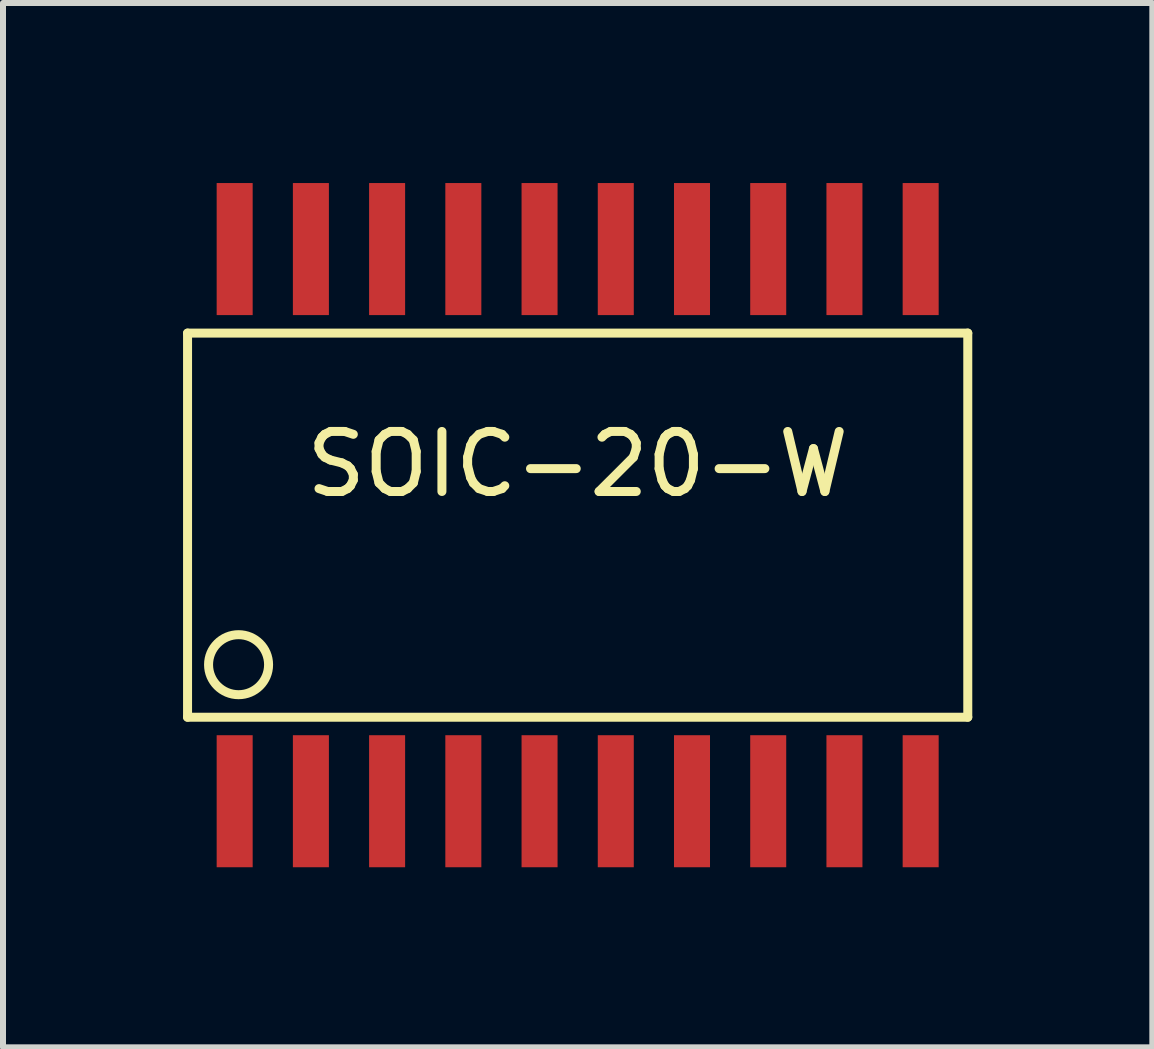
<source format=kicad_pcb>
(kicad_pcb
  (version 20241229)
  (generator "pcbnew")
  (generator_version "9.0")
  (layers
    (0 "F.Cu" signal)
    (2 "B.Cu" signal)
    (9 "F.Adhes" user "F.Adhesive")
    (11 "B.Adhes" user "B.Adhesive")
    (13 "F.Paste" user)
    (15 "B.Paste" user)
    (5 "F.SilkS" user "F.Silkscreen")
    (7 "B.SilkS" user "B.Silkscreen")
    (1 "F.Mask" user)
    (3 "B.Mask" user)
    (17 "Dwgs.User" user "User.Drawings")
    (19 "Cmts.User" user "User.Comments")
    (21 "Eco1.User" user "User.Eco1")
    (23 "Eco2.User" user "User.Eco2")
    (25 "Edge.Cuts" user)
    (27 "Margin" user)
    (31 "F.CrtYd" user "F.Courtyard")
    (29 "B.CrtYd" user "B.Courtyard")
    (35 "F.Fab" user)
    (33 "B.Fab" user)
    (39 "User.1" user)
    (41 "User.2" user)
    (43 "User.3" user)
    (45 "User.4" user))
  (footprint "SOIC-20-W"
    (layer "F.Cu")
    (at 6.575 5.7)
    (property "Reference" "SOIC-20-W" (at 0 -1.016 0) (layer "F.SilkS") (effects (font (size 1 1) (thickness 0.15))))
    (attr smd)
    (fp_line (start -6.5 -3.2) (end -6.5 3.2) (stroke (width 0.15) (type solid)) (layer "F.SilkS"))
    (fp_line (start -6.5 -3.2) (end 6.5 -3.2) (stroke (width 0.15) (type solid)) (layer "F.SilkS"))
    (fp_line (start 6.5 3.2) (end -6.5 3.2) (stroke (width 0.15) (type solid)) (layer "F.SilkS"))
    (fp_line (start 6.5 3.2) (end 6.5 -3.2) (stroke (width 0.15) (type solid)) (layer "F.SilkS"))
    (fp_circle (center -5.65 2.325) (end -5.65 2.825) (stroke (width 0.15) (type solid)) (fill no) (layer "F.SilkS"))
    (pad "1" smd rect (at -5.715 4.6) (size 0.6 2.2) (layers "F.Cu" "F.Mask" "F.Paste"))
    (pad "2" smd rect (at -4.445 4.6) (size 0.6 2.2) (layers "F.Cu" "F.Mask" "F.Paste"))
    (pad "3" smd rect (at -3.175 4.6) (size 0.6 2.2) (layers "F.Cu" "F.Mask" "F.Paste"))
    (pad "4" smd rect (at -1.905 4.6) (size 0.6 2.2) (layers "F.Cu" "F.Mask" "F.Paste"))
    (pad "5" smd rect (at -0.635 4.6) (size 0.6 2.2) (layers "F.Cu" "F.Mask" "F.Paste"))
    (pad "6" smd rect (at 0.635 4.6) (size 0.6 2.2) (layers "F.Cu" "F.Mask" "F.Paste"))
    (pad "7" smd rect (at 1.905 4.6) (size 0.6 2.2) (layers "F.Cu" "F.Mask" "F.Paste"))
    (pad "8" smd rect (at 3.175 4.6) (size 0.6 2.2) (layers "F.Cu" "F.Mask" "F.Paste"))
    (pad "9" smd rect (at 4.445 4.6) (size 0.6 2.2) (layers "F.Cu" "F.Mask" "F.Paste"))
    (pad "10" smd rect (at 5.715 4.6) (size 0.6 2.2) (layers "F.Cu" "F.Mask" "F.Paste"))
    (pad "11" smd rect (at 5.715 -4.6) (size 0.6 2.2) (layers "F.Cu" "F.Mask" "F.Paste"))
    (pad "12" smd rect (at 4.445 -4.6) (size 0.6 2.2) (layers "F.Cu" "F.Mask" "F.Paste"))
    (pad "13" smd rect (at 3.175 -4.6) (size 0.6 2.2) (layers "F.Cu" "F.Mask" "F.Paste"))
    (pad "14" smd rect (at 1.905 -4.6) (size 0.6 2.2) (layers "F.Cu" "F.Mask" "F.Paste"))
    (pad "15" smd rect (at 0.635 -4.6) (size 0.6 2.2) (layers "F.Cu" "F.Mask" "F.Paste"))
    (pad "16" smd rect (at -0.635 -4.6) (size 0.6 2.2) (layers "F.Cu" "F.Mask" "F.Paste"))
    (pad "17" smd rect (at -1.905 -4.6) (size 0.6 2.2) (layers "F.Cu" "F.Mask" "F.Paste"))
    (pad "18" smd rect (at -3.175 -4.6) (size 0.6 2.2) (layers "F.Cu" "F.Mask" "F.Paste"))
    (pad "19" smd rect (at -4.445 -4.6) (size 0.6 2.2) (layers "F.Cu" "F.Mask" "F.Paste"))
    (pad "20" smd rect (at -5.715 -4.6) (size 0.6 2.2) (layers "F.Cu" "F.Mask" "F.Paste")))
  (gr_rect
    (start -3 -3)
    (end 16.15 14.4)
    (stroke (width 0.1) (type default))
    (fill no)
    (layer "Edge.Cuts")))
</source>
